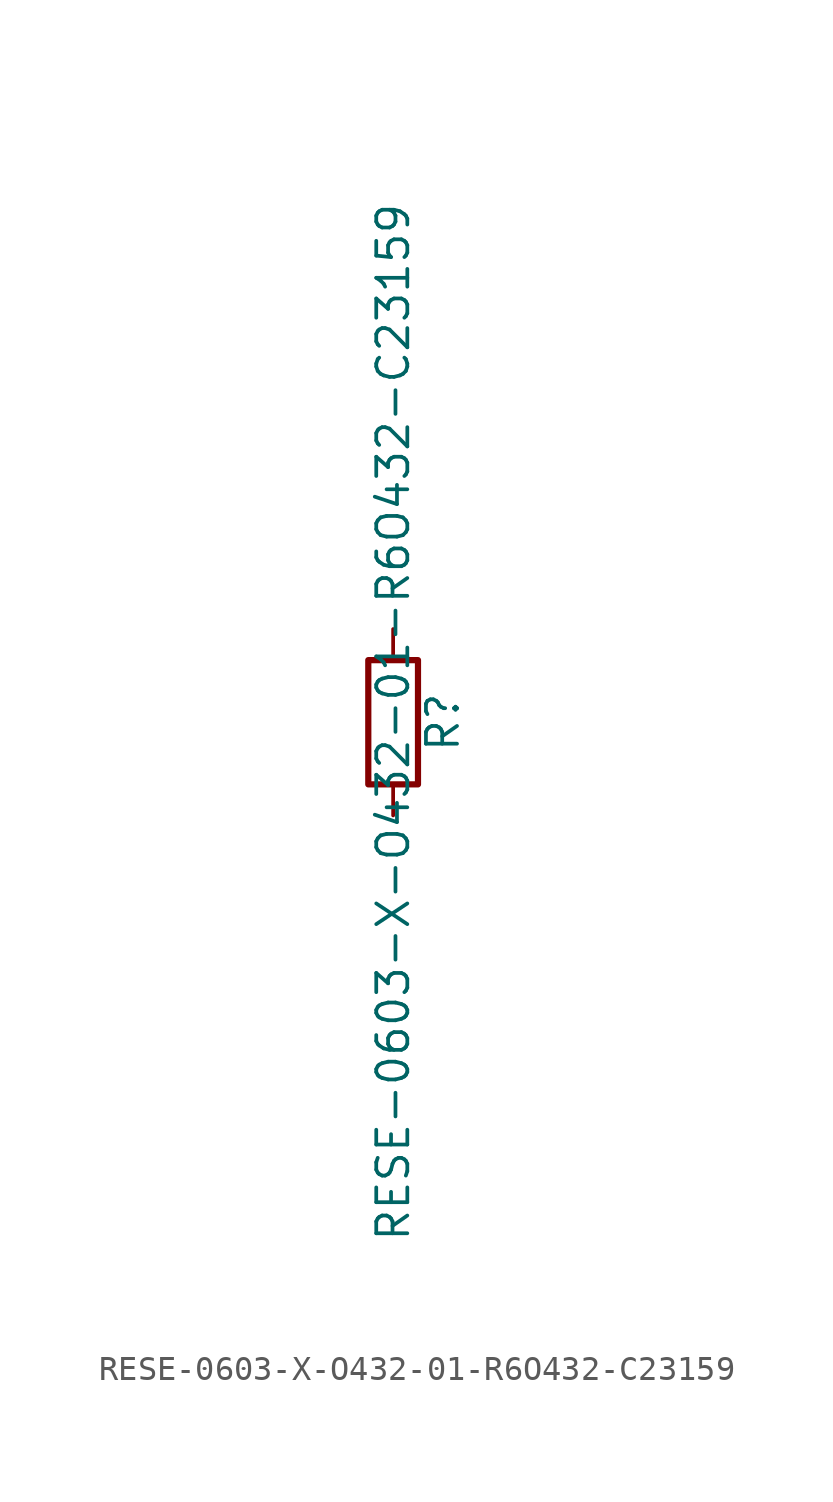
<source format=kicad_sym>
(kicad_symbol_lib
  (version 20211014)
  (generator kicad_symbol_editor)
  (symbol "RESE-0603-X-O432-01-R6O432-C23159"
    (pin_numbers hide)
    (pin_names
      (offset 0))
    (property "Reference" "R"
      (at 2.032 0 90)
      (effects (font (size 1.27 1.27))))
    (property "Value" "RESE-0603-X-O432-01-R6O432-C23159"
      (at 0 0 90)
      (effects (font (size 1.27 1.27))))
    (symbol "RESE-0603-X-O432-01-R6O432-C23159_0_1"
      (rectangle (start -1.016 -2.54) (end 1.016 2.54) (stroke (width 0.254) (type default) (color 0 0 0 0)) (fill (type none))))
    (symbol "RESE-0603-X-O432-01-R6O432-C23159_1_1"
      (pin passive line (at 0 3.81 270) (length 1.27) (name "~" (effects (font (size 1.27 1.27)))) (number "1" (effects (font (size 1.27 1.27)))))
      (pin passive line (at 0 -3.81 90) (length 1.27) (name "~" (effects (font (size 1.27 1.27)))) (number "2" (effects (font (size 1.27 1.27))))))))
</source>
